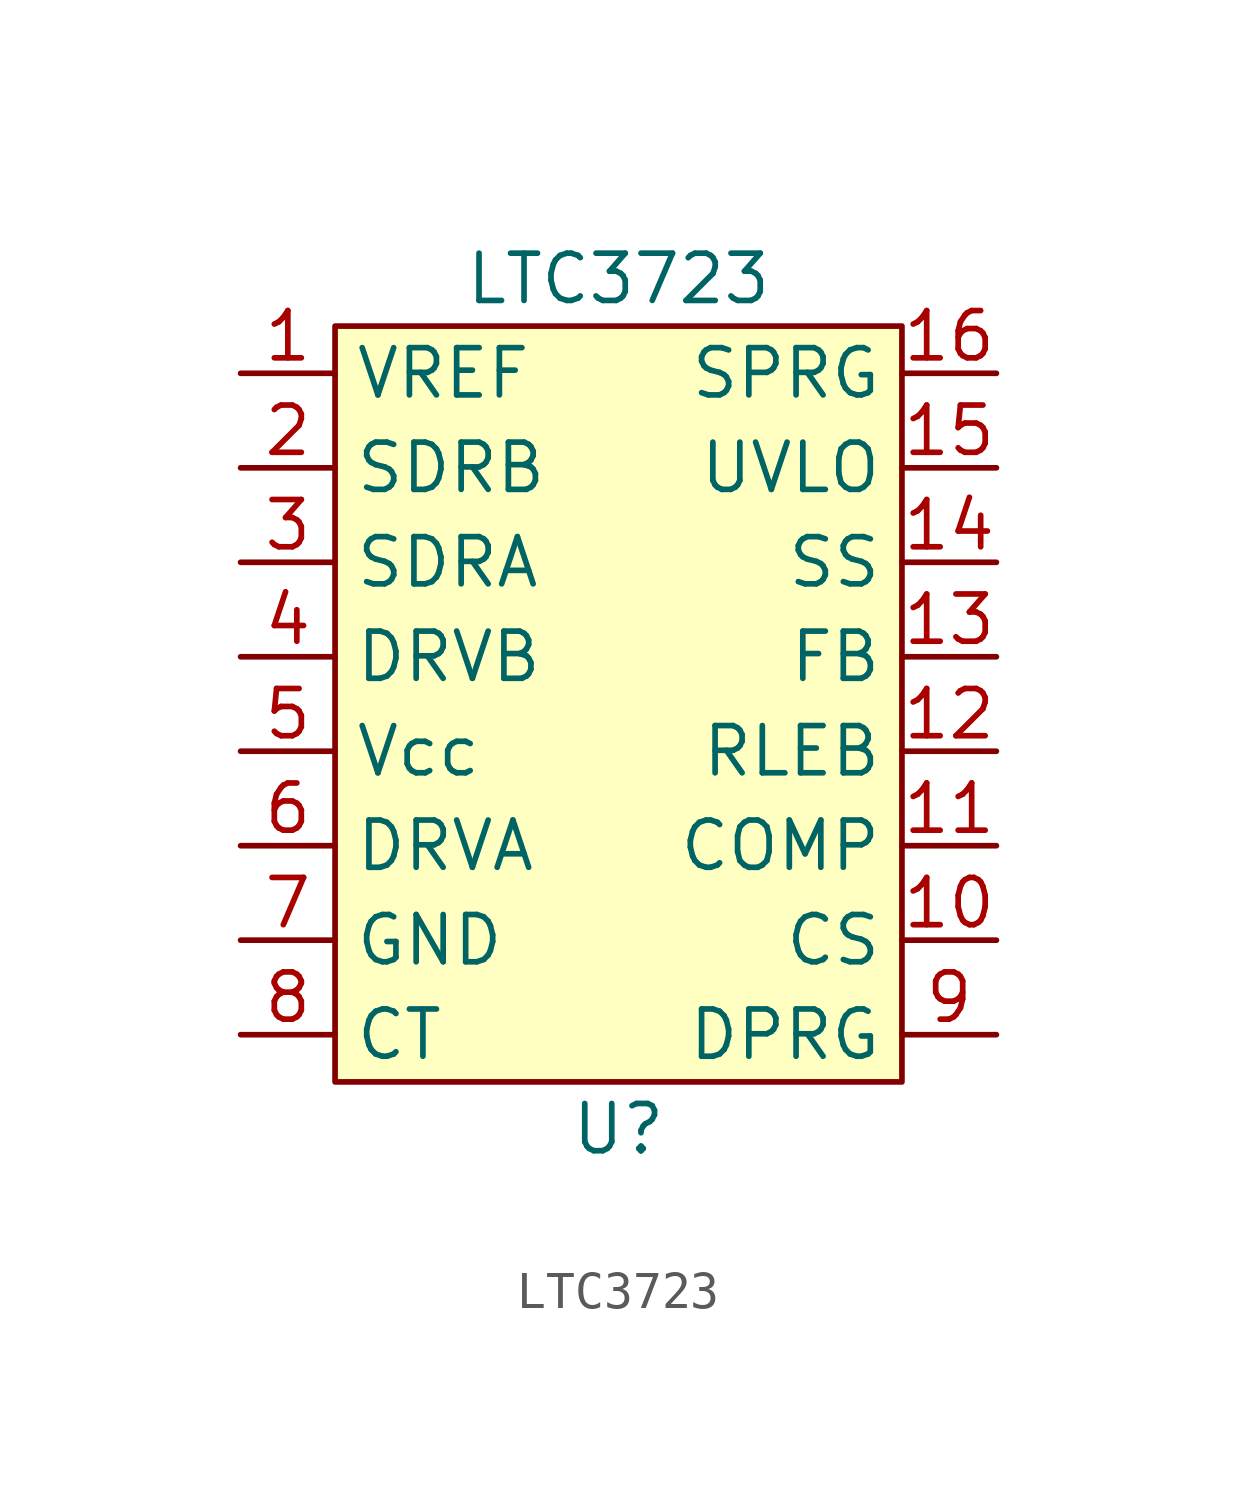
<source format=kicad_sym>
(kicad_symbol_lib
  (version 20211014)
  (generator kicad_symbol_editor)
  (symbol "LTC3723"
    (property "Reference" "U"
      (at 0 0 0)
      (effects (font (size 1.27 1.27))))
    (property "Value" "LTC3723"
      (at 0 22.86 0)
      (effects (font (size 1.27 1.27))))
    (symbol "LTC3723_0_1"
      (rectangle (start -7.62 21.59) (end 7.62 1.27) (stroke (width 0) (type default) (color 0 0 0 0)) (fill (type background))))
    (symbol "LTC3723_1_1"
      (pin input line (at -10.16 20.32 0) (length 2.54) (name "VREF" (effects (font (size 1.27 1.27)))) (number "1" (effects (font (size 1.27 1.27)))))
      (pin input line (at 10.16 5.08 180) (length 2.54) (name "CS" (effects (font (size 1.27 1.27)))) (number "10" (effects (font (size 1.27 1.27)))))
      (pin input line (at 10.16 7.62 180) (length 2.54) (name "COMP" (effects (font (size 1.27 1.27)))) (number "11" (effects (font (size 1.27 1.27)))))
      (pin input line (at 10.16 10.16 180) (length 2.54) (name "RLEB" (effects (font (size 1.27 1.27)))) (number "12" (effects (font (size 1.27 1.27)))))
      (pin input line (at 10.16 12.7 180) (length 2.54) (name "FB" (effects (font (size 1.27 1.27)))) (number "13" (effects (font (size 1.27 1.27)))))
      (pin input line (at 10.16 15.24 180) (length 2.54) (name "SS" (effects (font (size 1.27 1.27)))) (number "14" (effects (font (size 1.27 1.27)))))
      (pin input line (at 10.16 17.78 180) (length 2.54) (name "UVLO" (effects (font (size 1.27 1.27)))) (number "15" (effects (font (size 1.27 1.27)))))
      (pin input line (at 10.16 20.32 180) (length 2.54) (name "SPRG" (effects (font (size 1.27 1.27)))) (number "16" (effects (font (size 1.27 1.27)))))
      (pin output line (at -10.16 17.78 0) (length 2.54) (name "SDRB" (effects (font (size 1.27 1.27)))) (number "2" (effects (font (size 1.27 1.27)))))
      (pin output line (at -10.16 15.24 0) (length 2.54) (name "SDRA" (effects (font (size 1.27 1.27)))) (number "3" (effects (font (size 1.27 1.27)))))
      (pin output line (at -10.16 12.7 0) (length 2.54) (name "DRVB" (effects (font (size 1.27 1.27)))) (number "4" (effects (font (size 1.27 1.27)))))
      (pin power_in line (at -10.16 10.16 0) (length 2.54) (name "Vcc" (effects (font (size 1.27 1.27)))) (number "5" (effects (font (size 1.27 1.27)))))
      (pin output line (at -10.16 7.62 0) (length 2.54) (name "DRVA" (effects (font (size 1.27 1.27)))) (number "6" (effects (font (size 1.27 1.27)))))
      (pin power_in line (at -10.16 5.08 0) (length 2.54) (name "GND" (effects (font (size 1.27 1.27)))) (number "7" (effects (font (size 1.27 1.27)))))
      (pin bidirectional line (at -10.16 2.54 0) (length 2.54) (name "CT" (effects (font (size 1.27 1.27)))) (number "8" (effects (font (size 1.27 1.27)))))
      (pin input line (at 10.16 2.54 180) (length 2.54) (name "DPRG" (effects (font (size 1.27 1.27)))) (number "9" (effects (font (size 1.27 1.27))))))))
</source>
